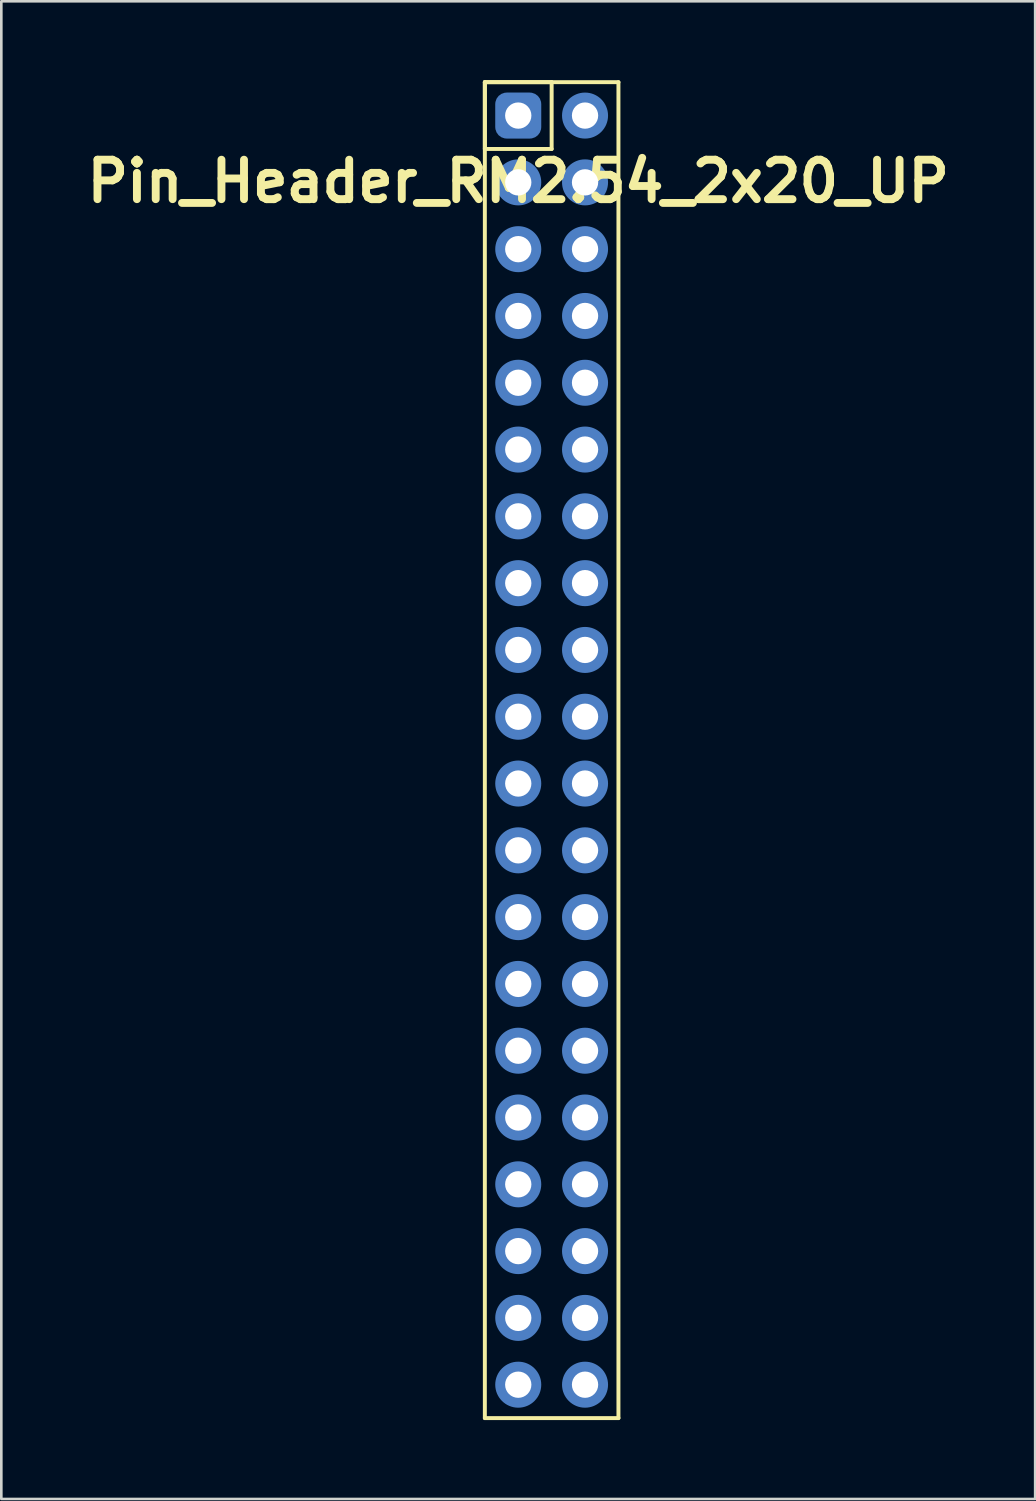
<source format=kicad_pcb>
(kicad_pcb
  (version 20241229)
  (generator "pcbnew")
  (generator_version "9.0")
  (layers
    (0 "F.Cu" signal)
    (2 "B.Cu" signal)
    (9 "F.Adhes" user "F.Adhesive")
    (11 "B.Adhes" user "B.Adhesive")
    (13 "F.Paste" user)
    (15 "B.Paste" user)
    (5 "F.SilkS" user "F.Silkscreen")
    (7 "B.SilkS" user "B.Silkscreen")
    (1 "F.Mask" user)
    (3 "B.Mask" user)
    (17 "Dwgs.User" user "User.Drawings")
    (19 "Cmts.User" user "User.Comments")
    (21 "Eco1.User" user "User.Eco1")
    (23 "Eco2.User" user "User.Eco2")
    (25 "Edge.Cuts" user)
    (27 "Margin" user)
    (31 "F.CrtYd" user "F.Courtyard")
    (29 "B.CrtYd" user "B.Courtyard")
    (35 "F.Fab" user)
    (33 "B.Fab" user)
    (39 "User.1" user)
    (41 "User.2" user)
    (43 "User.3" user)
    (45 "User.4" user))
  (footprint "Pin_Header_RM2.54_2x20_UP"
    (layer "F.Cu")
    (at 16.657 1.345)
    (property "Reference" "Pin_Header_RM2.54_2x20_UP" (at 0 2.5 0) (layer "F.SilkS") (effects (font (size 1.5 1.5) (thickness 0.3))))
    (attr through_hole)
    (fp_line (start -1.27 -1.27) (end 1.27 -1.27) (stroke (width 0.15) (type solid)) (layer "F.SilkS"))
    (fp_line (start -1.27 -1.27) (end 3.81 -1.27) (stroke (width 0.15) (type solid)) (layer "F.SilkS"))
    (fp_line (start -1.27 1.27) (end -1.27 -1.27) (stroke (width 0.15) (type solid)) (layer "F.SilkS"))
    (fp_line (start -1.27 49.53) (end -1.27 -1.27) (stroke (width 0.15) (type solid)) (layer "F.SilkS"))
    (fp_line (start 1.27 -1.27) (end 1.27 1.27) (stroke (width 0.15) (type solid)) (layer "F.SilkS"))
    (fp_line (start 1.27 1.27) (end -1.27 1.27) (stroke (width 0.15) (type solid)) (layer "F.SilkS"))
    (fp_line (start 3.81 -1.27) (end 3.81 49.53) (stroke (width 0.15) (type solid)) (layer "F.SilkS"))
    (fp_line (start 3.81 49.53) (end -1.27 49.53) (stroke (width 0.15) (type solid)) (layer "F.SilkS"))
    (pad "1" thru_hole circle (at 0 0) (size 1.3 1.3) (drill 1) (layers "*.Cu" "*.Mask"))
    (pad "1" smd roundrect (at 0 0) (size 1.5 1.5) (layers "F.Cu" "F.Mask") (roundrect_rratio 0.25))
    (pad "1" smd roundrect (at 0 0) (size 1.75 1.75) (layers "B.Cu" "B.Mask") (roundrect_rratio 0.25))
    (pad "2" thru_hole circle (at 2.54 0) (size 1.3 1.3) (drill 1) (layers "*.Cu" "*.Mask"))
    (pad "2" smd circle (at 2.54 0) (size 1.5 1.5) (layers "F.Cu" "F.Mask"))
    (pad "2" smd circle (at 2.54 0) (size 1.75 1.75) (layers "B.Cu" "B.Mask"))
    (pad "3" thru_hole circle (at 0 2.54) (size 1.3 1.3) (drill 1) (layers "*.Cu" "*.Mask"))
    (pad "3" smd circle (at 0 2.54) (size 1.5 1.5) (layers "F.Cu" "F.Mask"))
    (pad "3" smd circle (at 0 2.54) (size 1.75 1.75) (layers "B.Cu" "B.Mask"))
    (pad "4" thru_hole circle (at 2.54 2.54) (size 1.3 1.3) (drill 1) (layers "*.Cu" "*.Mask"))
    (pad "4" smd circle (at 2.54 2.54) (size 1.5 1.5) (layers "F.Cu" "F.Mask"))
    (pad "4" smd circle (at 2.54 2.54) (size 1.75 1.75) (layers "B.Cu" "B.Mask"))
    (pad "5" thru_hole circle (at 0 5.08) (size 1.3 1.3) (drill 1) (layers "*.Cu" "*.Mask"))
    (pad "5" smd circle (at 0 5.08) (size 1.5 1.5) (layers "F.Cu" "F.Mask"))
    (pad "5" smd circle (at 0 5.08) (size 1.75 1.75) (layers "B.Cu" "B.Mask"))
    (pad "6" thru_hole circle (at 2.54 5.08) (size 1.3 1.3) (drill 1) (layers "*.Cu" "*.Mask"))
    (pad "6" smd circle (at 2.54 5.08) (size 1.5 1.5) (layers "F.Cu" "F.Mask"))
    (pad "6" smd circle (at 2.54 5.08) (size 1.75 1.75) (layers "B.Cu" "B.Mask"))
    (pad "7" thru_hole circle (at 0 7.62) (size 1.3 1.3) (drill 1) (layers "*.Cu" "*.Mask"))
    (pad "7" smd circle (at 0 7.62) (size 1.5 1.5) (layers "F.Cu" "F.Mask"))
    (pad "7" smd circle (at 0 7.62) (size 1.75 1.75) (layers "B.Cu" "B.Mask"))
    (pad "8" thru_hole circle (at 2.54 7.62) (size 1.3 1.3) (drill 1) (layers "*.Cu" "*.Mask"))
    (pad "8" smd circle (at 2.54 7.62) (size 1.5 1.5) (layers "F.Cu" "F.Mask"))
    (pad "8" smd circle (at 2.54 7.62) (size 1.75 1.75) (layers "B.Cu" "B.Mask"))
    (pad "9" thru_hole circle (at 0 10.16) (size 1.3 1.3) (drill 1) (layers "*.Cu" "*.Mask"))
    (pad "9" smd circle (at 0 10.16) (size 1.5 1.5) (layers "F.Cu" "F.Mask"))
    (pad "9" smd circle (at 0 10.16) (size 1.75 1.75) (layers "B.Cu" "B.Mask"))
    (pad "10" thru_hole circle (at 2.54 10.16) (size 1.3 1.3) (drill 1) (layers "*.Cu" "*.Mask"))
    (pad "10" smd circle (at 2.54 10.16) (size 1.5 1.5) (layers "F.Cu" "F.Mask"))
    (pad "10" smd circle (at 2.54 10.16) (size 1.75 1.75) (layers "B.Cu" "B.Mask"))
    (pad "11" thru_hole circle (at 0 12.7) (size 1.3 1.3) (drill 1) (layers "*.Cu" "*.Mask"))
    (pad "11" smd circle (at 0 12.7) (size 1.5 1.5) (layers "F.Cu" "F.Mask"))
    (pad "11" smd circle (at 0 12.7) (size 1.75 1.75) (layers "B.Cu" "B.Mask"))
    (pad "12" thru_hole circle (at 2.54 12.7) (size 1.3 1.3) (drill 1) (layers "*.Cu" "*.Mask"))
    (pad "12" smd circle (at 2.54 12.7) (size 1.5 1.5) (layers "F.Cu" "F.Mask"))
    (pad "12" smd circle (at 2.54 12.7) (size 1.75 1.75) (layers "B.Cu" "B.Mask"))
    (pad "13" thru_hole circle (at 0 15.24) (size 1.3 1.3) (drill 1) (layers "*.Cu" "*.Mask"))
    (pad "13" smd circle (at 0 15.24) (size 1.5 1.5) (layers "F.Cu" "F.Mask"))
    (pad "13" smd circle (at 0 15.24) (size 1.75 1.75) (layers "B.Cu" "B.Mask"))
    (pad "14" thru_hole circle (at 2.54 15.24) (size 1.3 1.3) (drill 1) (layers "*.Cu" "*.Mask"))
    (pad "14" smd circle (at 2.54 15.24) (size 1.5 1.5) (layers "F.Cu" "F.Mask"))
    (pad "14" smd circle (at 2.54 15.24) (size 1.75 1.75) (layers "B.Cu" "B.Mask"))
    (pad "15" thru_hole circle (at 0 17.78) (size 1.3 1.3) (drill 1) (layers "*.Cu" "*.Mask"))
    (pad "15" smd circle (at 0 17.78) (size 1.5 1.5) (layers "F.Cu" "F.Mask"))
    (pad "15" smd circle (at 0 17.78) (size 1.75 1.75) (layers "B.Cu" "B.Mask"))
    (pad "16" thru_hole circle (at 2.54 17.78) (size 1.3 1.3) (drill 1) (layers "*.Cu" "*.Mask"))
    (pad "16" smd circle (at 2.54 17.78) (size 1.5 1.5) (layers "F.Cu" "F.Mask"))
    (pad "16" smd circle (at 2.54 17.78) (size 1.75 1.75) (layers "B.Cu" "B.Mask"))
    (pad "17" thru_hole circle (at 0 20.32) (size 1.3 1.3) (drill 1) (layers "*.Cu" "*.Mask"))
    (pad "17" smd circle (at 0 20.32) (size 1.5 1.5) (layers "F.Cu" "F.Mask"))
    (pad "17" smd circle (at 0 20.32) (size 1.75 1.75) (layers "B.Cu" "B.Mask"))
    (pad "18" thru_hole circle (at 2.54 20.32) (size 1.3 1.3) (drill 1) (layers "*.Cu" "*.Mask"))
    (pad "18" smd circle (at 2.54 20.32) (size 1.5 1.5) (layers "F.Cu" "F.Mask"))
    (pad "18" smd circle (at 2.54 20.32) (size 1.75 1.75) (layers "B.Cu" "B.Mask"))
    (pad "19" thru_hole circle (at 0 22.86) (size 1.3 1.3) (drill 1) (layers "*.Cu" "*.Mask"))
    (pad "19" smd circle (at 0 22.86) (size 1.5 1.5) (layers "F.Cu" "F.Mask"))
    (pad "19" smd circle (at 0 22.86) (size 1.75 1.75) (layers "B.Cu" "B.Mask"))
    (pad "20" thru_hole circle (at 2.54 22.86) (size 1.3 1.3) (drill 1) (layers "*.Cu" "*.Mask"))
    (pad "20" smd circle (at 2.54 22.86) (size 1.5 1.5) (layers "F.Cu" "F.Mask"))
    (pad "20" smd circle (at 2.54 22.86) (size 1.75 1.75) (layers "B.Cu" "B.Mask"))
    (pad "21" thru_hole circle (at 0 25.4) (size 1.3 1.3) (drill 1) (layers "*.Cu" "*.Mask"))
    (pad "21" smd circle (at 0 25.4) (size 1.5 1.5) (layers "F.Cu" "F.Mask"))
    (pad "21" smd circle (at 0 25.4) (size 1.75 1.75) (layers "B.Cu" "B.Mask"))
    (pad "22" thru_hole circle (at 2.54 25.4) (size 1.3 1.3) (drill 1) (layers "*.Cu" "*.Mask"))
    (pad "22" smd circle (at 2.54 25.4) (size 1.5 1.5) (layers "F.Cu" "F.Mask"))
    (pad "22" smd circle (at 2.54 25.4) (size 1.75 1.75) (layers "B.Cu" "B.Mask"))
    (pad "23" thru_hole circle (at 0 27.94) (size 1.3 1.3) (drill 1) (layers "*.Cu" "*.Mask"))
    (pad "23" smd circle (at 0 27.94) (size 1.5 1.5) (layers "F.Cu" "F.Mask"))
    (pad "23" smd circle (at 0 27.94) (size 1.75 1.75) (layers "B.Cu" "B.Mask"))
    (pad "24" thru_hole circle (at 2.54 27.94) (size 1.3 1.3) (drill 1) (layers "*.Cu" "*.Mask"))
    (pad "24" smd circle (at 2.54 27.94) (size 1.5 1.5) (layers "F.Cu" "F.Mask"))
    (pad "24" smd circle (at 2.54 27.94) (size 1.75 1.75) (layers "B.Cu" "B.Mask"))
    (pad "25" thru_hole circle (at 0 30.48) (size 1.3 1.3) (drill 1) (layers "*.Cu" "*.Mask"))
    (pad "25" smd circle (at 0 30.48) (size 1.5 1.5) (layers "F.Cu" "F.Mask"))
    (pad "25" smd circle (at 0 30.48) (size 1.75 1.75) (layers "B.Cu" "B.Mask"))
    (pad "26" thru_hole circle (at 2.54 30.48) (size 1.3 1.3) (drill 1) (layers "*.Cu" "*.Mask"))
    (pad "26" smd circle (at 2.54 30.48) (size 1.5 1.5) (layers "F.Cu" "F.Mask"))
    (pad "26" smd circle (at 2.54 30.48) (size 1.75 1.75) (layers "B.Cu" "B.Mask"))
    (pad "27" thru_hole circle (at 0 33.02) (size 1.3 1.3) (drill 1) (layers "*.Cu" "*.Mask"))
    (pad "27" smd circle (at 0 33.02) (size 1.5 1.5) (layers "F.Cu" "F.Mask"))
    (pad "27" smd circle (at 0 33.02) (size 1.75 1.75) (layers "B.Cu" "B.Mask"))
    (pad "28" thru_hole circle (at 2.54 33.02) (size 1.3 1.3) (drill 1) (layers "*.Cu" "*.Mask"))
    (pad "28" smd circle (at 2.54 33.02) (size 1.5 1.5) (layers "F.Cu" "F.Mask"))
    (pad "28" smd circle (at 2.54 33.02) (size 1.75 1.75) (layers "B.Cu" "B.Mask"))
    (pad "29" thru_hole circle (at 0 35.56) (size 1.3 1.3) (drill 1) (layers "*.Cu" "*.Mask"))
    (pad "29" smd circle (at 0 35.56) (size 1.5 1.5) (layers "F.Cu" "F.Mask"))
    (pad "29" smd circle (at 0 35.56) (size 1.75 1.75) (layers "B.Cu" "B.Mask"))
    (pad "30" thru_hole circle (at 2.54 35.56) (size 1.3 1.3) (drill 1) (layers "*.Cu" "*.Mask"))
    (pad "30" smd circle (at 2.54 35.56) (size 1.5 1.5) (layers "F.Cu" "F.Mask"))
    (pad "30" smd circle (at 2.54 35.56) (size 1.75 1.75) (layers "B.Cu" "B.Mask"))
    (pad "31" thru_hole circle (at 0 38.1) (size 1.3 1.3) (drill 1) (layers "*.Cu" "*.Mask"))
    (pad "31" smd circle (at 0 38.1) (size 1.5 1.5) (layers "F.Cu" "F.Mask"))
    (pad "31" smd circle (at 0 38.1) (size 1.75 1.75) (layers "B.Cu" "B.Mask"))
    (pad "32" thru_hole circle (at 2.54 38.1) (size 1.3 1.3) (drill 1) (layers "*.Cu" "*.Mask"))
    (pad "32" smd circle (at 2.54 38.1) (size 1.5 1.5) (layers "F.Cu" "F.Mask"))
    (pad "32" smd circle (at 2.54 38.1) (size 1.75 1.75) (layers "B.Cu" "B.Mask"))
    (pad "33" thru_hole circle (at 0 40.64) (size 1.3 1.3) (drill 1) (layers "*.Cu" "*.Mask"))
    (pad "33" smd circle (at 0 40.64) (size 1.5 1.5) (layers "F.Cu" "F.Mask"))
    (pad "33" smd circle (at 0 40.64) (size 1.75 1.75) (layers "B.Cu" "B.Mask"))
    (pad "34" thru_hole circle (at 2.54 40.64) (size 1.3 1.3) (drill 1) (layers "*.Cu" "*.Mask"))
    (pad "34" smd circle (at 2.54 40.64) (size 1.5 1.5) (layers "F.Cu" "F.Mask"))
    (pad "34" smd circle (at 2.54 40.64) (size 1.75 1.75) (layers "B.Cu" "B.Mask"))
    (pad "35" thru_hole circle (at 0 43.18) (size 1.3 1.3) (drill 1) (layers "*.Cu" "*.Mask"))
    (pad "35" smd circle (at 0 43.18) (size 1.5 1.5) (layers "F.Cu" "F.Mask"))
    (pad "35" smd circle (at 0 43.18) (size 1.75 1.75) (layers "B.Cu" "B.Mask"))
    (pad "36" thru_hole circle (at 2.54 43.18) (size 1.3 1.3) (drill 1) (layers "*.Cu" "*.Mask"))
    (pad "36" smd circle (at 2.54 43.18) (size 1.5 1.5) (layers "F.Cu" "F.Mask"))
    (pad "36" smd circle (at 2.54 43.18) (size 1.75 1.75) (layers "B.Cu" "B.Mask"))
    (pad "37" thru_hole circle (at 0 45.72) (size 1.3 1.3) (drill 1) (layers "*.Cu" "*.Mask"))
    (pad "37" smd circle (at 0 45.72) (size 1.5 1.5) (layers "F.Cu" "F.Mask"))
    (pad "37" smd circle (at 0 45.72) (size 1.75 1.75) (layers "B.Cu" "B.Mask"))
    (pad "38" thru_hole circle (at 2.54 45.72) (size 1.3 1.3) (drill 1) (layers "*.Cu" "*.Mask"))
    (pad "38" smd circle (at 2.54 45.72) (size 1.5 1.5) (layers "F.Cu" "F.Mask"))
    (pad "38" smd circle (at 2.54 45.72) (size 1.75 1.75) (layers "B.Cu" "B.Mask"))
    (pad "39" thru_hole circle (at 0 48.26) (size 1.3 1.3) (drill 1) (layers "*.Cu" "*.Mask"))
    (pad "39" smd circle (at 0 48.26) (size 1.5 1.5) (layers "F.Cu" "F.Mask"))
    (pad "39" smd circle (at 0 48.26) (size 1.75 1.75) (layers "B.Cu" "B.Mask"))
    (pad "40" thru_hole circle (at 2.54 48.26) (size 1.3 1.3) (drill 1) (layers "*.Cu" "*.Mask"))
    (pad "40" smd circle (at 2.54 48.26) (size 1.5 1.5) (layers "F.Cu" "F.Mask"))
    (pad "40" smd circle (at 2.54 48.26) (size 1.75 1.75) (layers "B.Cu" "B.Mask")))
  (gr_rect
    (start -3 -3)
    (end 36.314 53.95)
    (stroke (width 0.1) (type default))
    (fill no)
    (layer "Edge.Cuts")))
</source>
